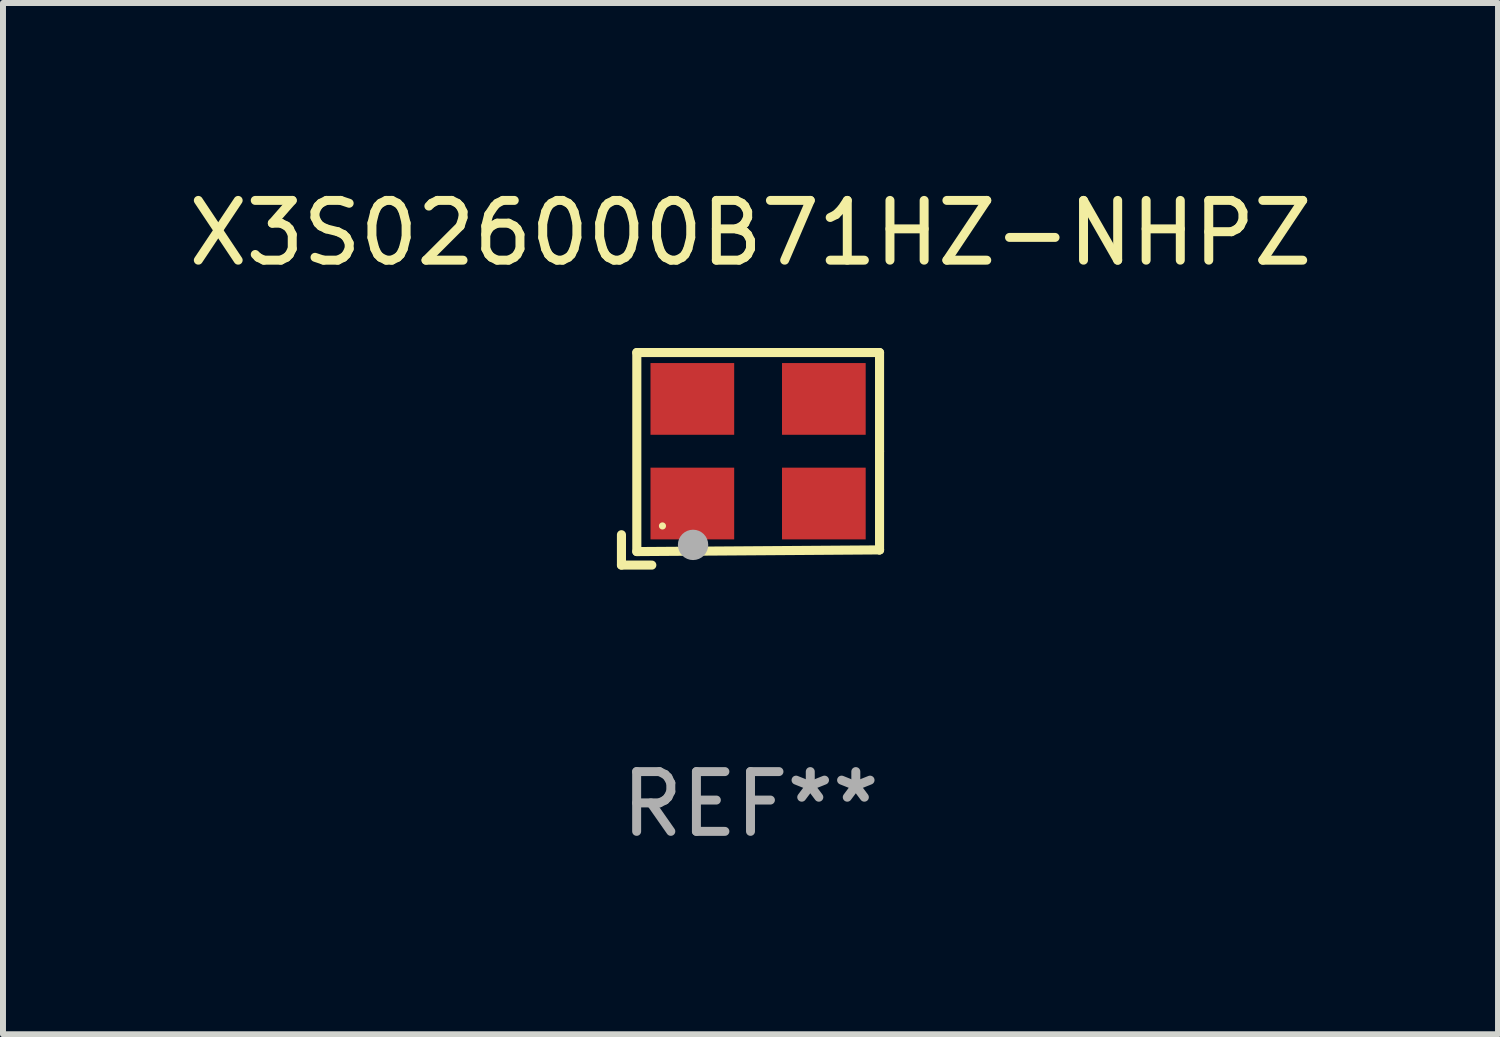
<source format=kicad_pcb>
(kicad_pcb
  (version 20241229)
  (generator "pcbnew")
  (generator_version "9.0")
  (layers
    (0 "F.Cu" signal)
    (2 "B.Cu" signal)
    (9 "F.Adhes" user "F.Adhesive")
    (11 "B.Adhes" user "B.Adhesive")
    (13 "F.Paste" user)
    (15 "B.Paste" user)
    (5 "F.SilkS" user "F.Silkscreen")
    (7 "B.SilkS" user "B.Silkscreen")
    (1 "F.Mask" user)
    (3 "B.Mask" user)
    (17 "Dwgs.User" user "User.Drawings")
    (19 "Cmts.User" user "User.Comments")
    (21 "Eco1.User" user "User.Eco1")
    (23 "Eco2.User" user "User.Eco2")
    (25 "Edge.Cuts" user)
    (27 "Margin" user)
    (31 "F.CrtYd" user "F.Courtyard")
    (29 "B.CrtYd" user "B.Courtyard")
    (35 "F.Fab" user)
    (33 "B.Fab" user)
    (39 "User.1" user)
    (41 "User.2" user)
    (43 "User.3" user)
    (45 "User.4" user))
  (footprint "X3S026000B71HZ-NHPZ"
    (layer "F.Cu")
    (at 9.506 4.626)
    (property "Reference" "X3S026000B71HZ-NHPZ" (at 0 -3.778 0) (layer "F.SilkS") (effects (font (size 1 1) (thickness 0.15))))
    (attr through_hole)
    (fp_line (start -2.159 1.27) (end -2.159 1.778) (stroke (width 0.152) (type solid)) (layer "F.SilkS"))
    (fp_line (start -2.159 1.778) (end -1.651 1.778) (stroke (width 0.152) (type solid)) (layer "F.SilkS"))
    (fp_line (start -1.902 -1.778) (end 2.159 -1.778) (stroke (width 0.152) (type solid)) (layer "F.SilkS"))
    (fp_line (start -1.902 1.552) (end -1.902 -1.778) (stroke (width 0.152) (type solid)) (layer "F.SilkS"))
    (fp_line (start 2.159 -1.778) (end 2.159 -0.127) (stroke (width 0.152) (type solid)) (layer "F.SilkS"))
    (fp_line (start 2.159 -0.127) (end 2.159 1.524) (stroke (width 0.152) (type solid)) (layer "F.SilkS"))
    (fp_line (start 2.159 1.524) (end -1.902 1.552) (stroke (width 0.152) (type solid)) (layer "F.SilkS"))
    (fp_line (start 2.159 1.524) (end 2.159 1.524) (stroke (width 0.152) (type solid)) (layer "F.SilkS"))
    (fp_circle (center -1.473 1.123) (end -1.443 1.123) (stroke (width 0.06) (type solid)) (fill no) (layer "F.SilkS"))
    (fp_circle (center -0.961 1.44) (end -0.834 1.44) (stroke (width 0.254) (type solid)) (fill no) (layer "F.Fab"))
    (fp_text user "REF**" (at 0 5.778 0) (layer "F.Fab") (effects (font (size 1 1) (thickness 0.15))))
    (pad "1" smd rect (at -0.973 0.748) (size 1.4 1.2) (layers "F.Cu" "F.Mask" "F.Paste"))
    (pad "2" smd rect (at 1.227 0.748) (size 1.4 1.2) (layers "F.Cu" "F.Mask" "F.Paste"))
    (pad "3" smd rect (at 1.227 -1.002) (size 1.4 1.2) (layers "F.Cu" "F.Mask" "F.Paste"))
    (pad "4" smd rect (at -0.973 -1.002) (size 1.4 1.2) (layers "F.Cu" "F.Mask" "F.Paste")))
  (gr_rect
    (start -3 -3)
    (end 22.012 14.253)
    (stroke (width 0.1) (type default))
    (fill no)
    (layer "Edge.Cuts")))
</source>
